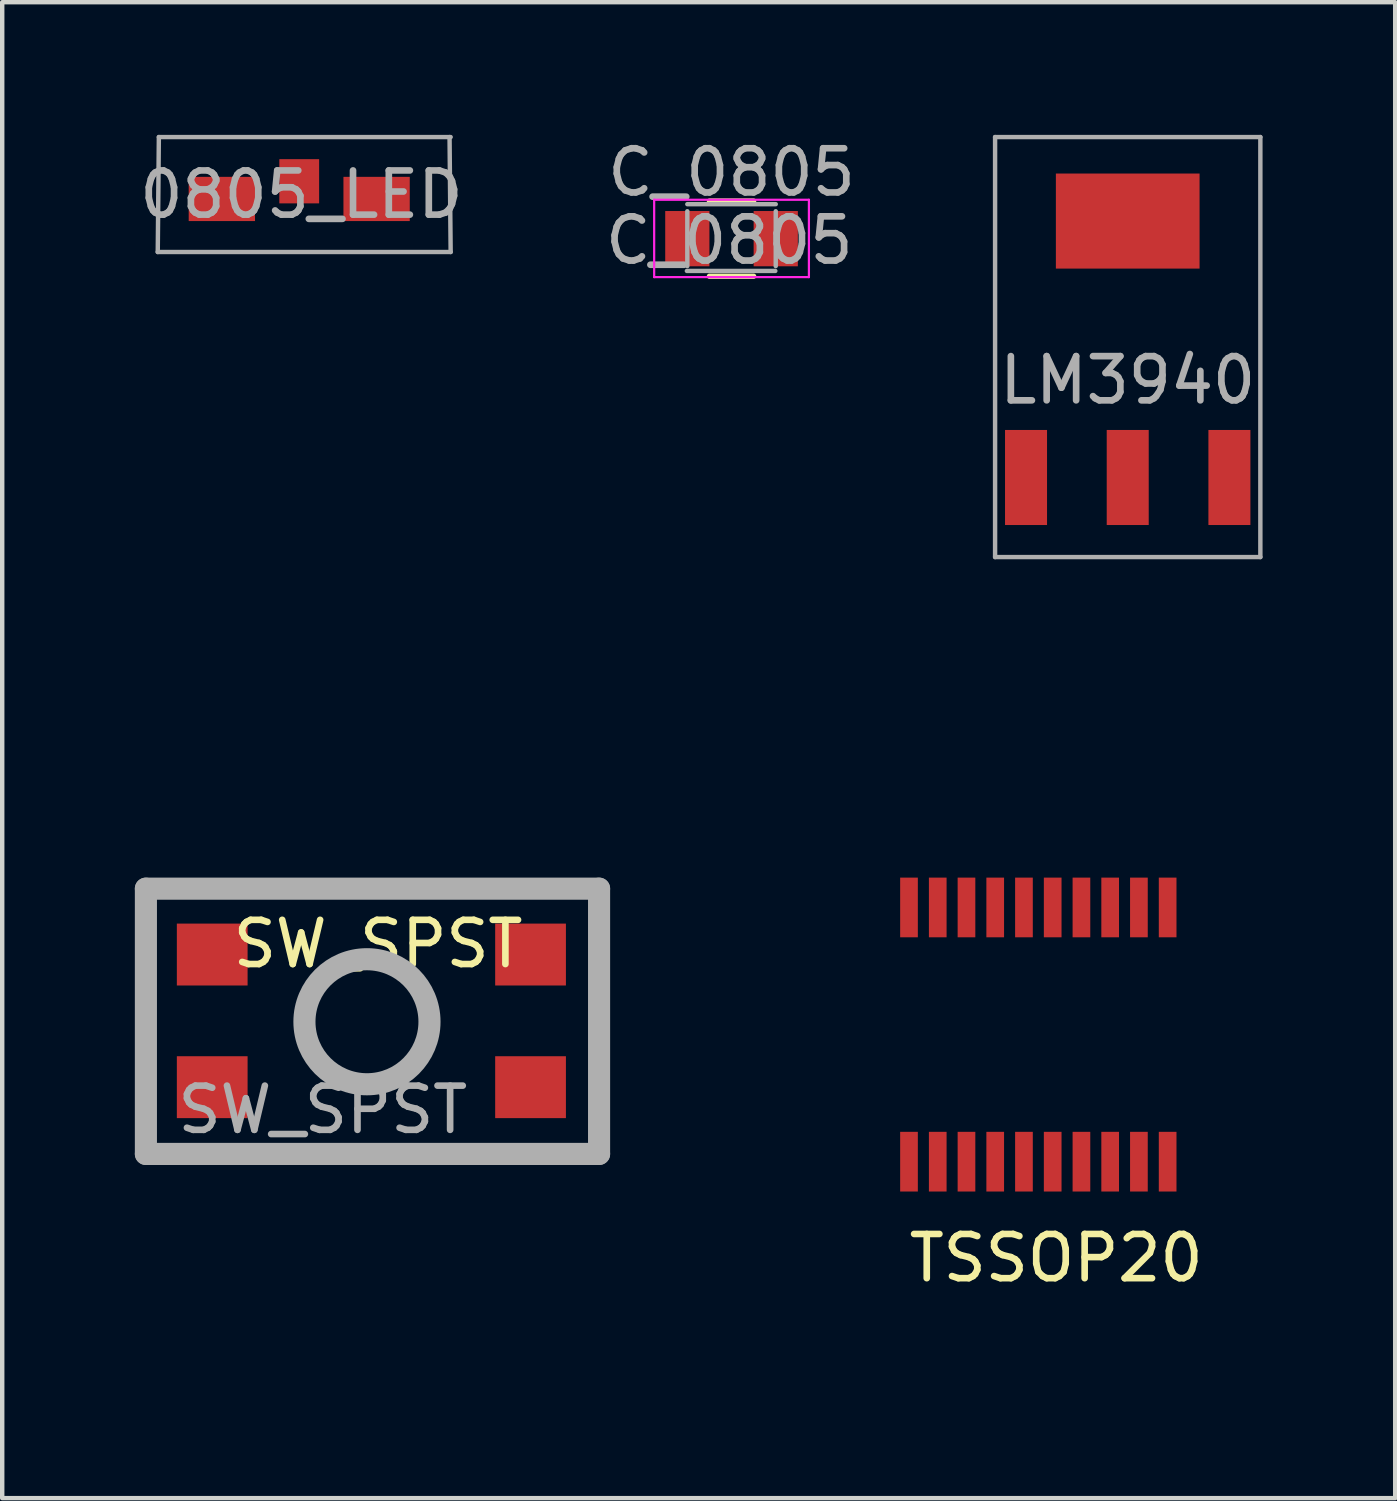
<source format=kicad_pcb>
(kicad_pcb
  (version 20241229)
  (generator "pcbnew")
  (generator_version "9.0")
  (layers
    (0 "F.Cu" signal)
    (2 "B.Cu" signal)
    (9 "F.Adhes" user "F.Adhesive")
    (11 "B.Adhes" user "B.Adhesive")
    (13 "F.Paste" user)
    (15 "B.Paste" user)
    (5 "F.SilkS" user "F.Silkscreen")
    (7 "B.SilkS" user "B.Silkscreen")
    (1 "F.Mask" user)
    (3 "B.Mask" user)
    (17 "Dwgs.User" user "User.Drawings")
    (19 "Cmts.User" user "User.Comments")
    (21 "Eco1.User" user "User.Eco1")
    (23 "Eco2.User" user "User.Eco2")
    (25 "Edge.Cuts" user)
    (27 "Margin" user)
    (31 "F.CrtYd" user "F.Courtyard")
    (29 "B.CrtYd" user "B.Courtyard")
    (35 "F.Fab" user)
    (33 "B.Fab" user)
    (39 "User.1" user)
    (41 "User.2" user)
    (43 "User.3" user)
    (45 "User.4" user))
  (footprint "TSSOP20"
    (layer "F.Cu")
    (at 14 27.585)
    (property "Reference" "TSSOP20" (at 6.84 -2.18 0) (layer "F.SilkS") (effects (font (size 1 1) (thickness 0.15))))
    (attr through_hole)
    (pad "1" smd rect (at 3.51 -4.36) (size 0.4 1.35) (layers "F.Cu" "F.Mask" "F.Paste"))
    (pad "2" smd rect (at 4.16 -4.36) (size 0.4 1.35) (layers "F.Cu" "F.Mask" "F.Paste"))
    (pad "3" smd rect (at 4.81 -4.36) (size 0.4 1.35) (layers "F.Cu" "F.Mask" "F.Paste"))
    (pad "4" smd rect (at 5.46 -4.36) (size 0.4 1.35) (layers "F.Cu" "F.Mask" "F.Paste"))
    (pad "5" smd rect (at 6.11 -4.36) (size 0.4 1.35) (layers "F.Cu" "F.Mask" "F.Paste"))
    (pad "6" smd rect (at 6.76 -4.36) (size 0.4 1.35) (layers "F.Cu" "F.Mask" "F.Paste"))
    (pad "7" smd rect (at 7.41 -4.36) (size 0.4 1.35) (layers "F.Cu" "F.Mask" "F.Paste"))
    (pad "8" smd rect (at 8.06 -4.36) (size 0.4 1.35) (layers "F.Cu" "F.Mask" "F.Paste"))
    (pad "9" smd rect (at 8.71 -4.36) (size 0.4 1.35) (layers "F.Cu" "F.Mask" "F.Paste"))
    (pad "10" smd rect (at 9.36 -4.36) (size 0.4 1.35) (layers "F.Cu" "F.Mask" "F.Paste"))
    (pad "11" smd rect (at 9.36 -10.11) (size 0.4 1.35) (layers "F.Cu" "F.Mask" "F.Paste"))
    (pad "12" smd rect (at 8.71 -10.11) (size 0.4 1.35) (layers "F.Cu" "F.Mask" "F.Paste"))
    (pad "13" smd rect (at 8.06 -10.11) (size 0.4 1.35) (layers "F.Cu" "F.Mask" "F.Paste"))
    (pad "14" smd rect (at 7.41 -10.11) (size 0.4 1.35) (layers "F.Cu" "F.Mask" "F.Paste"))
    (pad "15" smd rect (at 6.76 -10.11) (size 0.4 1.35) (layers "F.Cu" "F.Mask" "F.Paste"))
    (pad "16" smd rect (at 6.11 -10.11) (size 0.4 1.35) (layers "F.Cu" "F.Mask" "F.Paste"))
    (pad "17" smd rect (at 5.46 -10.11) (size 0.4 1.35) (layers "F.Cu" "F.Mask" "F.Paste"))
    (pad "18" smd rect (at 4.81 -10.11) (size 0.4 1.35) (layers "F.Cu" "F.Mask" "F.Paste"))
    (pad "19" smd rect (at 4.16 -10.11) (size 0.4 1.35) (layers "F.Cu" "F.Mask" "F.Paste"))
    (pad "20" smd rect (at 3.51 -10.11) (size 0.4 1.35) (layers "F.Cu" "F.Mask" "F.Paste")))
  (footprint "C_0805"
    (layer "F.Cu")
    (at 13.496 2.348)
    (property "Reference" "C_0805" (at 0 -1.5 0) (layer "F.Fab") (effects (font (size 1 1) (thickness 0.15))))
    (attr smd)
    (fp_line (start -0.5 0.85) (end 0.5 0.85) (stroke (width 0.12) (type solid)) (layer "F.SilkS"))
    (fp_line (start 0.5 -0.85) (end -0.5 -0.85) (stroke (width 0.12) (type solid)) (layer "F.SilkS"))
    (fp_line (start -1.75 -0.88) (end -1.75 0.87) (stroke (width 0.05) (type solid)) (layer "F.CrtYd"))
    (fp_line (start -1.75 -0.88) (end 1.75 -0.88) (stroke (width 0.05) (type solid)) (layer "F.CrtYd"))
    (fp_line (start 1.75 0.87) (end -1.75 0.87) (stroke (width 0.05) (type solid)) (layer "F.CrtYd"))
    (fp_line (start 1.75 0.87) (end 1.75 -0.88) (stroke (width 0.05) (type solid)) (layer "F.CrtYd"))
    (fp_line (start -1 -0.78) (end 1 -0.78) (stroke (width 0.1) (type solid)) (layer "F.Fab"))
    (fp_line (start -1 0.62) (end -1 -0.62) (stroke (width 0.1) (type solid)) (layer "F.Fab"))
    (fp_line (start 0.99 0.73) (end -1.01 0.73) (stroke (width 0.1) (type solid)) (layer "F.Fab"))
    (fp_line (start 1 -0.62) (end 1 0.62) (stroke (width 0.1) (type solid)) (layer "F.Fab"))
    (fp_text user "${REFERENCE}" (at -0.05 0.04 0) (layer "F.Fab") (effects (font (size 1 1) (thickness 0.15))))
    (pad "1" smd rect (at -1 0) (size 1 1.25) (layers "F.Cu" "F.Mask" "F.Paste"))
    (pad "2" smd rect (at 1 0) (size 1 1.25) (layers "F.Cu" "F.Mask" "F.Paste")))
  (footprint "SW_SPST"
    (layer "F.Cu")
    (at 5.25 20.05)
    (property "Reference" "SW_SPST" (at 0.25 -1.75 0) (layer "F.SilkS") (effects (font (size 1 1) (thickness 0.15))))
    (attr smd)
    (fp_line (start -5 -3) (end 5.25 -3) (stroke (width 0.5) (type solid)) (layer "F.Fab"))
    (fp_line (start -5 3) (end -5 -3) (stroke (width 0.5) (type solid)) (layer "F.Fab"))
    (fp_line (start 5.25 -3) (end 5.25 3) (stroke (width 0.5) (type solid)) (layer "F.Fab"))
    (fp_line (start 5.25 3) (end -5 3) (stroke (width 0.5) (type solid)) (layer "F.Fab"))
    (fp_circle (center 0 0.01) (end 1 -0.99) (stroke (width 0.5) (type solid)) (fill no) (layer "F.Fab"))
    (fp_text user "${REFERENCE}" (at -1 2 0) (layer "F.Fab") (effects (font (size 1 1) (thickness 0.15))))
    (pad "1" smd rect (at -3.5 -1.51) (size 1.6 1.4) (layers "F.Cu" "F.Mask" "F.Paste"))
    (pad "1" smd rect (at 3.7 -1.51) (size 1.6 1.4) (layers "F.Cu" "F.Mask" "F.Paste"))
    (pad "2" smd rect (at -3.5 1.49) (size 1.6 1.4) (layers "F.Cu" "F.Mask" "F.Paste"))
    (pad "2" smd rect (at 3.7 1.49) (size 1.6 1.4) (layers "F.Cu" "F.Mask" "F.Paste")))
  (footprint "0805_LED"
    (layer "F.Cu")
    (at 3.748 1.735)
    (property "Reference" "0805_LED" (at 0.02 -0.385 0) (layer "F.Fab") (effects (font (size 1 1) (thickness 0.15))))
    (attr through_hole)
    (fp_line (start -3.23 0.915) (end -3.205 -1.685) (stroke (width 0.1) (type solid)) (layer "F.Fab"))
    (fp_line (start -3.205 -1.685) (end 3.395 -1.685) (stroke (width 0.1) (type solid)) (layer "F.Fab"))
    (fp_line (start 3.37 -1.685) (end 3.395 0.915) (stroke (width 0.1) (type solid)) (layer "F.Fab"))
    (fp_line (start 3.395 0.915) (end -3.23 0.915) (stroke (width 0.1) (type solid)) (layer "F.Fab"))
    (pad "1" smd rect (at -1.78 -0.285) (size 1.5 1) (layers "F.Cu" "F.Mask" "F.Paste"))
    (pad "2" smd rect (at -0.03 -0.685) (size 0.9 1) (layers "F.Cu" "F.Mask" "F.Paste"))
    (pad "2" smd rect (at 1.72 -0.285) (size 1.5 1) (layers "F.Cu" "F.Mask" "F.Paste")))
  (footprint "LM3940"
    (layer "F.Cu")
    (at 22.457 13.55)
    (property "Reference" "LM3940" (at 0 -8 0) (layer "F.Fab") (effects (font (size 1 1) (thickness 0.15))))
    (attr through_hole)
    (fp_line (start -3 -13.5) (end 3 -13.5) (stroke (width 0.1) (type solid)) (layer "F.Fab"))
    (fp_line (start -3 -4) (end -3 -13.5) (stroke (width 0.1) (type solid)) (layer "F.Fab"))
    (fp_line (start 3 -13.5) (end 3 -4) (stroke (width 0.1) (type solid)) (layer "F.Fab"))
    (fp_line (start 3 -4) (end -3 -4) (stroke (width 0.1) (type solid)) (layer "F.Fab"))
    (pad "1" smd rect (at -2.3 -5.8) (size 0.95 2.15) (layers "F.Cu" "F.Mask" "F.Paste"))
    (pad "2" smd rect (at 0 -5.8) (size 0.95 2.15) (layers "F.Cu" "F.Mask" "F.Paste"))
    (pad "3" smd rect (at 2.3 -5.8) (size 0.95 2.15) (layers "F.Cu" "F.Mask" "F.Paste"))
    (pad "4" smd rect (at 0 -11.6) (size 3.25 2.15) (layers "F.Cu" "F.Mask" "F.Paste")))
  (gr_rect
    (start -3 -3)
    (end 28.507 30.835)
    (stroke (width 0.1) (type default))
    (fill no)
    (layer "Edge.Cuts")))
</source>
